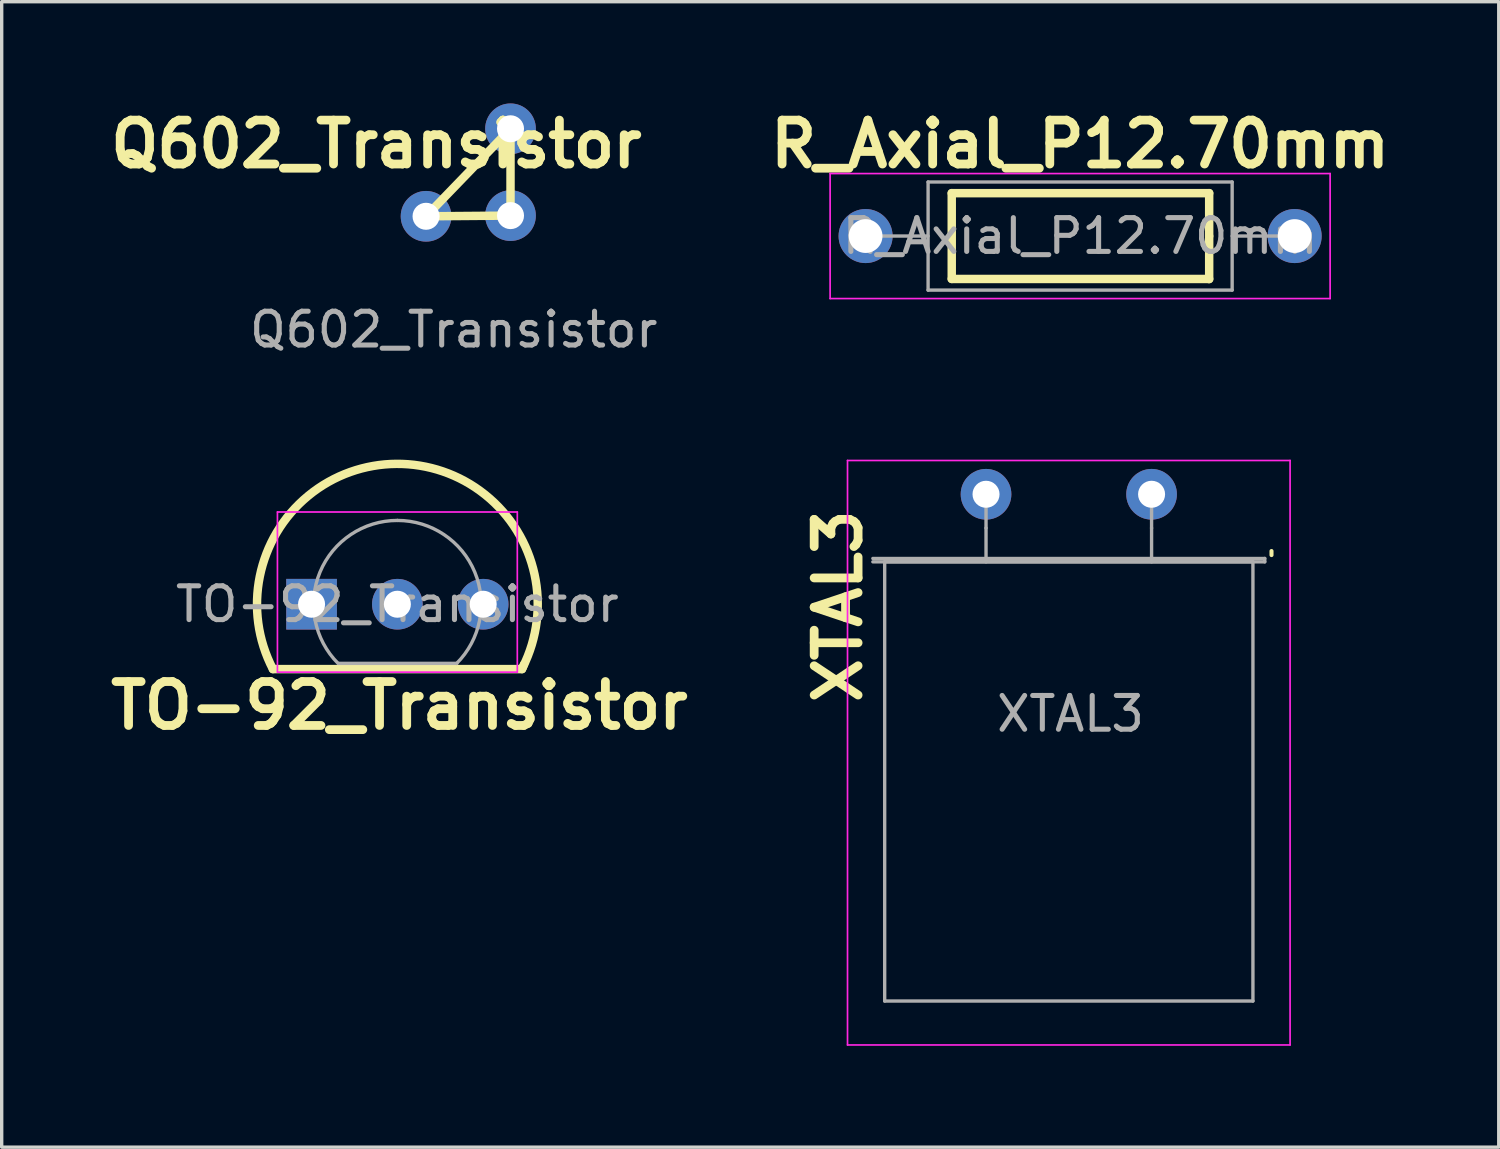
<source format=kicad_pcb>
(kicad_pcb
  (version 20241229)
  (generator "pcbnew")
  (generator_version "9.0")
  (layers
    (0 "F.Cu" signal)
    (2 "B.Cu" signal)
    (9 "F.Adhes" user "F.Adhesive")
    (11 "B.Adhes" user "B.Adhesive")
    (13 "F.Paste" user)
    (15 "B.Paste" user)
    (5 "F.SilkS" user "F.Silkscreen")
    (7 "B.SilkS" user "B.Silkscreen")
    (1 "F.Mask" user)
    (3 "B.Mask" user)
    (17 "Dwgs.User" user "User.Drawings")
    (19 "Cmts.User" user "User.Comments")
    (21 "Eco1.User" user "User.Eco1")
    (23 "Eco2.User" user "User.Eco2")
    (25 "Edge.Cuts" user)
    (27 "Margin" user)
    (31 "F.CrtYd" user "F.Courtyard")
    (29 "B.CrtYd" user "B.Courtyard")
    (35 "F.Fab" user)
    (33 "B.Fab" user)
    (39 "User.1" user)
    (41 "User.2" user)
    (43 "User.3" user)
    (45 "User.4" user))
  (footprint "XTAL3"
    (layer "F.Cu")
    (at 26.136 11.58)
    (property "Reference" "XTAL3" (at -4.375 3.312 270) (layer "F.SilkS") (effects (font (size 1.3 1.3) (thickness 0.26) (bold yes))))
    (attr through_hole)
    (fp_line (start 8.45 1.68) (end 8.45 1.8) (stroke (width 0.12) (type solid)) (layer "F.SilkS"))
    (fp_line (start -4.1 -1) (end -4.1 16.3) (stroke (width 0.05) (type solid)) (layer "F.CrtYd"))
    (fp_line (start -4.1 16.3) (end 9 16.3) (stroke (width 0.05) (type solid)) (layer "F.CrtYd"))
    (fp_line (start 9 -1) (end -4.1 -1) (stroke (width 0.05) (type solid)) (layer "F.CrtYd"))
    (fp_line (start 9 16.3) (end 9 -1) (stroke (width 0.05) (type solid)) (layer "F.CrtYd"))
    (fp_line (start -3.35 1.9) (end 8.25 1.9) (stroke (width 0.1) (type solid)) (layer "F.Fab"))
    (fp_line (start -3 2) (end -3 15) (stroke (width 0.1) (type solid)) (layer "F.Fab"))
    (fp_line (start -3 15) (end 7.9 15) (stroke (width 0.1) (type solid)) (layer "F.Fab"))
    (fp_line (start 0 1) (end 0 0) (stroke (width 0.1) (type solid)) (layer "F.Fab"))
    (fp_line (start 0 2) (end 0 1) (stroke (width 0.1) (type solid)) (layer "F.Fab"))
    (fp_line (start 4.9 1) (end 4.9 0) (stroke (width 0.1) (type solid)) (layer "F.Fab"))
    (fp_line (start 4.9 2) (end 4.9 1) (stroke (width 0.1) (type solid)) (layer "F.Fab"))
    (fp_line (start 7.9 2) (end -3 2) (stroke (width 0.1) (type solid)) (layer "F.Fab"))
    (fp_line (start 7.9 15) (end 7.9 2) (stroke (width 0.1) (type solid)) (layer "F.Fab"))
    (fp_line (start 8.25 1.9) (end 8.25 2) (stroke (width 0.1) (type solid)) (layer "F.Fab"))
    (fp_line (start 8.25 2) (end -3.35 2) (stroke (width 0.1) (type solid)) (layer "F.Fab"))
    (fp_text user "${REFERENCE}" (at 2.5 6.5 180) (layer "F.Fab") (effects (font (size 1 1) (thickness 0.15))))
    (pad "1" thru_hole circle (at 4.9 0) (size 1.5 1.5) (drill 0.8) (layers "*.Cu" "*.Mask"))
    (pad "2" thru_hole circle (at 0 0) (size 1.5 1.5) (drill 0.8) (layers "*.Cu" "*.Mask")))
  (footprint "TO-92_Transistor"
    (layer "F.Cu")
    (at 6.164 14.71)
    (property "Reference" "TO-92_Transistor" (at 2.608 3.125 0) (layer "F.SilkS") (effects (font (size 1.3 1.3) (thickness 0.26) (bold yes))))
    (attr through_hole)
    (fp_line (start 6.238 2.045) (end -1.136 2.045) (stroke (width 0.25) (type default)) (layer "F.SilkS"))
    (fp_line (start 6.238 2.045) (end 6.298 1.905) (stroke (width 0.25) (type default)) (layer "F.SilkS"))
    (fp_arc (start -1.136259 2.044559) (mid 2.52 -4.03) (end 6.258101 1.99454) (stroke (width 0.25) (type default)) (layer "F.SilkS"))
    (fp_line (start -1.002 -2.605) (end -1.002 2.135) (stroke (width 0.05) (type solid)) (layer "F.CrtYd"))
    (fp_line (start -1.002 -2.605) (end 6.098 -2.605) (stroke (width 0.05) (type solid)) (layer "F.CrtYd"))
    (fp_line (start 6.098 2.135) (end -1.002 2.135) (stroke (width 0.05) (type solid)) (layer "F.CrtYd"))
    (fp_line (start 6.098 2.135) (end 6.098 -2.605) (stroke (width 0.05) (type solid)) (layer "F.CrtYd"))
    (fp_line (start 0.808 1.875) (end 4.308 1.875) (stroke (width 0.1) (type solid)) (layer "F.Fab"))
    (fp_arc (start 0.794477 1.878165) (mid 0.256881 -0.824515) (end 2.548102 -2.35546) (stroke (width 0.1) (type solid)) (layer "F.Fab"))
    (fp_arc (start 2.548102 -2.35546) (mid 4.839323 -0.824515) (end 4.301727 1.878165) (stroke (width 0.1) (type solid)) (layer "F.Fab"))
    (fp_text user "${REFERENCE}" (at 2.548 0.125 0) (layer "F.Fab") (effects (font (size 1 1) (thickness 0.15))))
    (pad "1" thru_hole rect (at 0.008 0.125) (size 1.5 1.5) (drill 0.8) (layers "*.Cu" "*.Mask"))
    (pad "2" thru_hole circle (at 2.548 0.125) (size 1.5 1.5) (drill 0.8) (layers "*.Cu" "*.Mask"))
    (pad "3" thru_hole circle (at 5.088 0.125) (size 1.5 1.5) (drill 0.8) (layers "*.Cu" "*.Mask")))
  (footprint "Q602_Transistor"
    (layer "F.Cu")
    (at 12.061 3.317)
    (property "Reference" "Q602_Transistor" (at -3.97 -2.1 0) (layer "F.SilkS") (effects (font (size 1.3 1.3) (thickness 0.26) (bold yes))))
    (attr through_hole)
    (fp_line (start -2.5 0.035) (end 0 -2.555) (stroke (width 0.25) (type default)) (layer "F.SilkS"))
    (fp_line (start 0 -2.555) (end 0 0.015) (stroke (width 0.25) (type default)) (layer "F.SilkS"))
    (fp_line (start 0 0.015) (end -2.5 0.035) (stroke (width 0.25) (type default)) (layer "F.SilkS"))
    (fp_text user "${REFERENCE}" (at -1.68 3.39 0) (layer "F.Fab") (effects (font (size 1 1) (thickness 0.15))))
    (pad "1" thru_hole circle (at 0 0.015) (size 1.5 1.5) (drill 0.8) (layers "*.Cu" "*.Mask"))
    (pad "2" thru_hole circle (at -2.5 0.035) (size 1.5 1.5) (drill 0.8) (layers "*.Cu" "*.Mask"))
    (pad "3" thru_hole circle (at 0 -2.555) (size 1.5 1.5) (drill 0.8) (layers "*.Cu" "*.Mask")))
  (footprint "R_Axial_P12.70mm"
    (layer "F.Cu")
    (at 28.951 3.927)
    (property "Reference" "R_Axial_P12.70mm" (at -0.03 -2.71 0) (layer "F.SilkS") (effects (font (size 1.3 1.3) (thickness 0.26) (bold yes))))
    (attr through_hole)
    (fp_line (start -3.83 -1.26) (end 3.79 -1.26) (stroke (width 0.25) (type default)) (layer "F.SilkS"))
    (fp_line (start -3.83 1.28) (end -3.83 -1.26) (stroke (width 0.25) (type default)) (layer "F.SilkS"))
    (fp_line (start 3.79 0.01) (end 3.79 -1.26) (stroke (width 0.25) (type default)) (layer "F.SilkS"))
    (fp_line (start 3.79 0.015) (end 3.79 1.285) (stroke (width 0.25) (type default)) (layer "F.SilkS"))
    (fp_line (start 3.79 1.28) (end -3.83 1.28) (stroke (width 0.25) (type default)) (layer "F.SilkS"))
    (fp_line (start -7.43 -1.84) (end -7.43 1.86) (stroke (width 0.05) (type solid)) (layer "F.CrtYd"))
    (fp_line (start -7.43 1.86) (end 7.37 1.86) (stroke (width 0.05) (type solid)) (layer "F.CrtYd"))
    (fp_line (start 7.37 -1.84) (end -7.43 -1.84) (stroke (width 0.05) (type solid)) (layer "F.CrtYd"))
    (fp_line (start 7.37 1.86) (end 7.37 -1.84) (stroke (width 0.05) (type solid)) (layer "F.CrtYd"))
    (fp_line (start -6.38 0.01) (end -4.53 0.01) (stroke (width 0.1) (type solid)) (layer "F.Fab"))
    (fp_line (start -4.53 -1.59) (end -4.53 1.61) (stroke (width 0.1) (type solid)) (layer "F.Fab"))
    (fp_line (start -4.53 1.61) (end 4.47 1.61) (stroke (width 0.1) (type solid)) (layer "F.Fab"))
    (fp_line (start 4.47 -1.59) (end -4.53 -1.59) (stroke (width 0.1) (type solid)) (layer "F.Fab"))
    (fp_line (start 4.47 1.61) (end 4.47 -1.59) (stroke (width 0.1) (type solid)) (layer "F.Fab"))
    (fp_line (start 6.32 0.01) (end 4.47 0.01) (stroke (width 0.1) (type solid)) (layer "F.Fab"))
    (fp_text user "${REFERENCE}" (at -0.03 0.01 0) (layer "F.Fab") (effects (font (size 1 1) (thickness 0.15))))
    (pad "1" thru_hole circle (at -6.38 0.01) (size 1.6 1.6) (drill 1) (layers "*.Cu" "*.Mask"))
    (pad "2" thru_hole oval (at 6.32 0.01) (size 1.6 1.6) (drill 1) (layers "*.Cu" "*.Mask")))
  (gr_rect
    (start -3 -3)
    (end 41.312 30.905)
    (stroke (width 0.1) (type default))
    (fill no)
    (layer "Edge.Cuts")))
</source>
